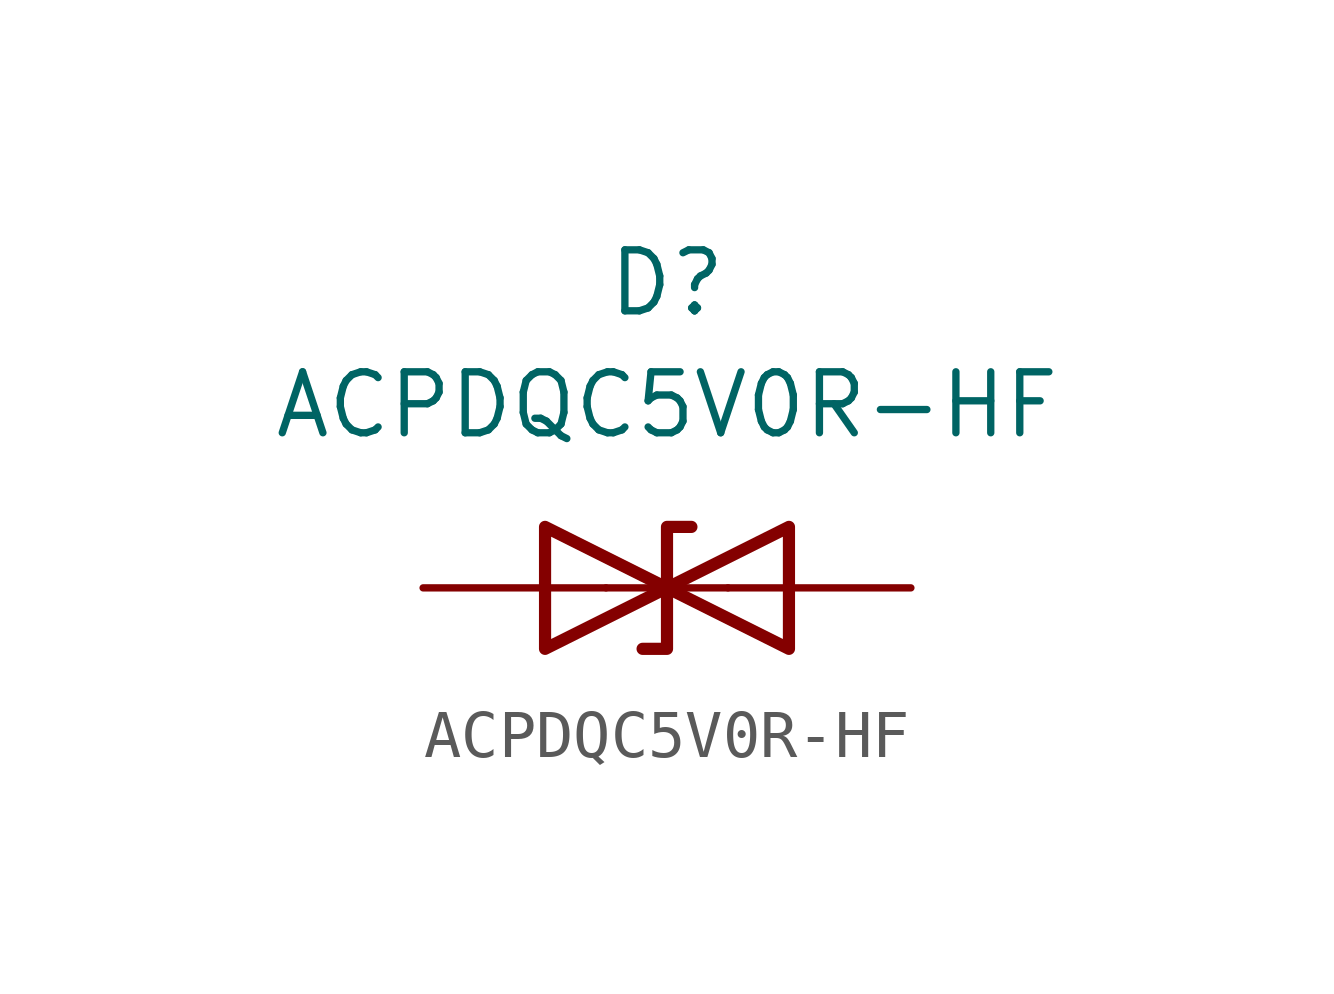
<source format=kicad_sym>
(kicad_symbol_lib
  (version 20241209)
  (generator "kicad_symbol_editor")
  (generator_version "9.0")
  (symbol "ACPDQC5V0R-HF"
    (pin_numbers
      (hide yes))
    (pin_names
      (hide yes))
    (property "Reference" "D"
      (at 0 3.81 0)
      (effects (font (size 1.27 1.27))))
    (property "Value" "ACPDQC5V0R-HF"
      (at 0 1.27 0)
      (effects (font (size 1.27 1.27))))
    (symbol "ACPDQC5V0R-HF_0_1"
      (polyline (pts (xy -2.54 -1.27) (xy -2.54 -3.81) (xy 2.54 -1.27) (xy 2.54 -3.81) (xy -2.54 -1.27)) (stroke (width 0.254) (type default)) (fill (type none)))
      (polyline (pts (xy 0.508 -1.27) (xy 0 -1.27) (xy 0 -3.81) (xy -0.508 -3.81)) (stroke (width 0.254) (type default)) (fill (type none)))
      (polyline (pts (xy 1.27 -2.54) (xy -1.27 -2.54)) (stroke (width 0) (type default)) (fill (type none))))
    (symbol "ACPDQC5V0R-HF_1_1"
      (pin passive line (at -5.08 -2.54 0) (length 3.81) (name "A1" (effects (font (size 1.27 1.27)))) (number "1" (effects (font (size 1.27 1.27)))))
      (pin passive line (at 5.08 -2.54 180) (length 3.81) (name "A2" (effects (font (size 1.27 1.27)))) (number "2" (effects (font (size 1.27 1.27))))))))
</source>
